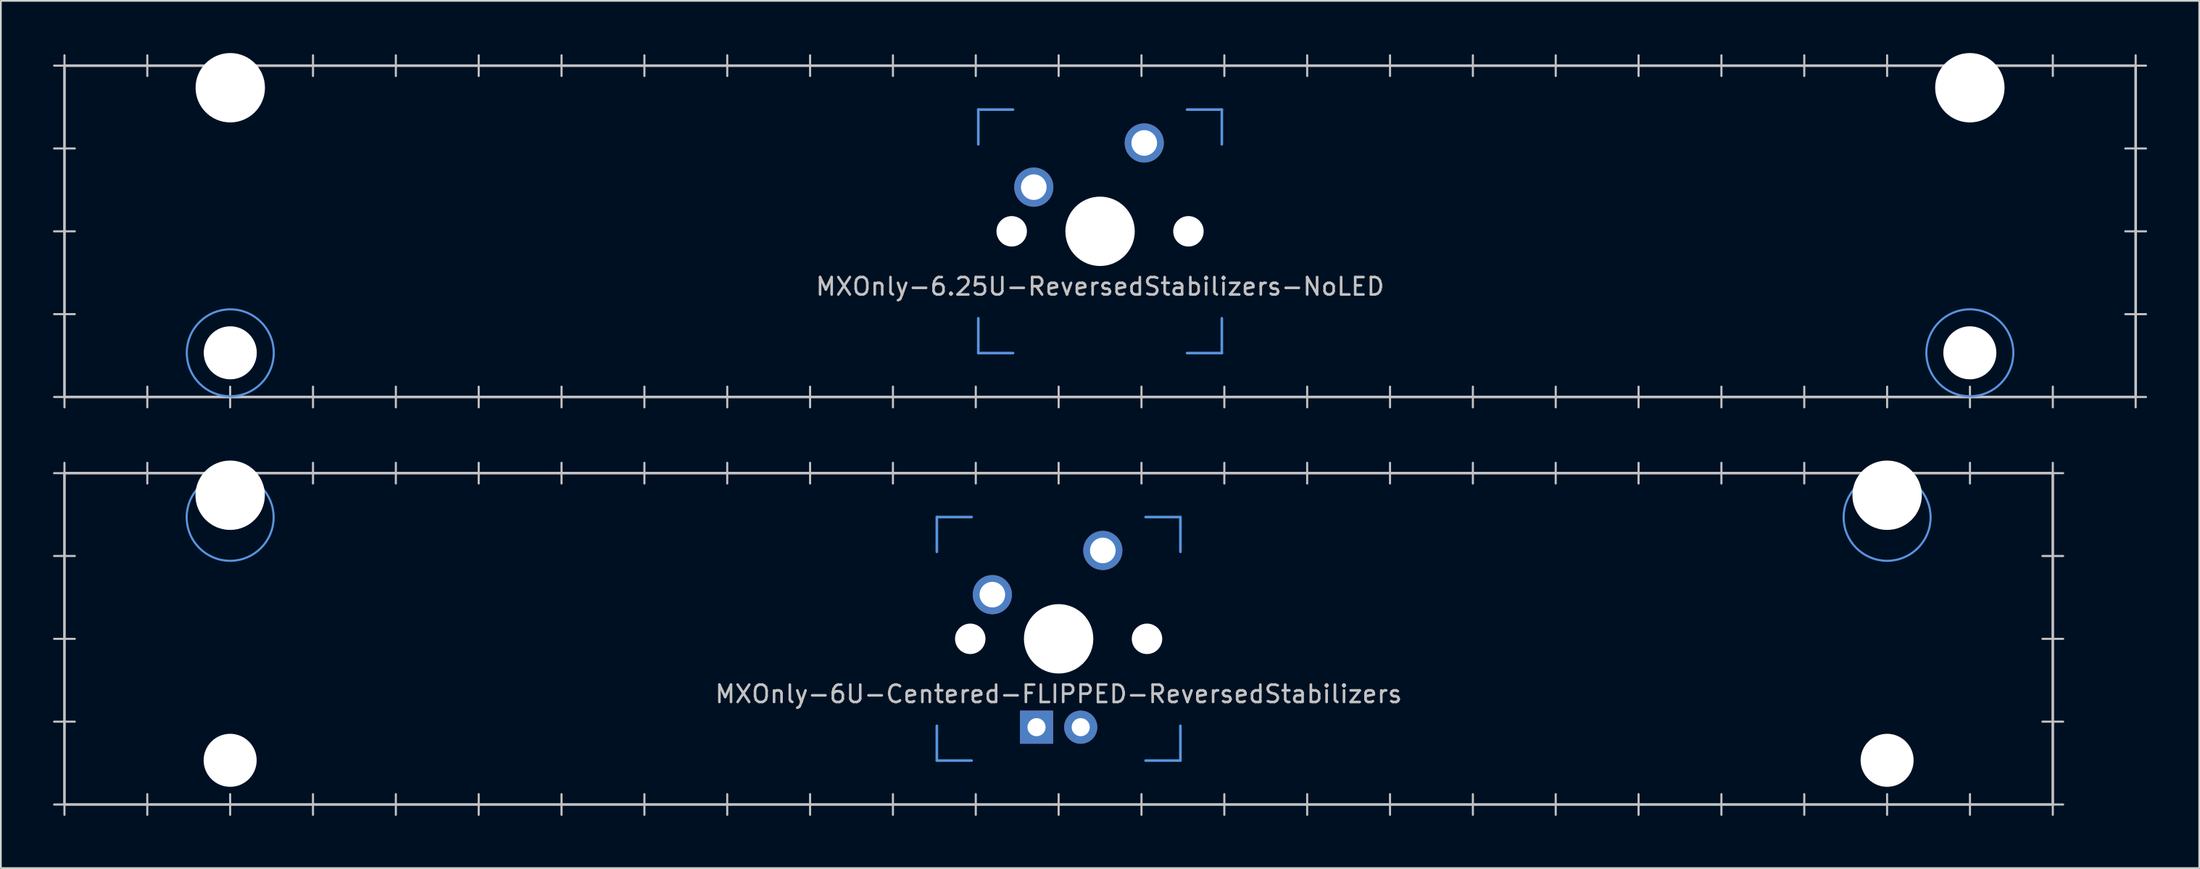
<source format=kicad_pcb>
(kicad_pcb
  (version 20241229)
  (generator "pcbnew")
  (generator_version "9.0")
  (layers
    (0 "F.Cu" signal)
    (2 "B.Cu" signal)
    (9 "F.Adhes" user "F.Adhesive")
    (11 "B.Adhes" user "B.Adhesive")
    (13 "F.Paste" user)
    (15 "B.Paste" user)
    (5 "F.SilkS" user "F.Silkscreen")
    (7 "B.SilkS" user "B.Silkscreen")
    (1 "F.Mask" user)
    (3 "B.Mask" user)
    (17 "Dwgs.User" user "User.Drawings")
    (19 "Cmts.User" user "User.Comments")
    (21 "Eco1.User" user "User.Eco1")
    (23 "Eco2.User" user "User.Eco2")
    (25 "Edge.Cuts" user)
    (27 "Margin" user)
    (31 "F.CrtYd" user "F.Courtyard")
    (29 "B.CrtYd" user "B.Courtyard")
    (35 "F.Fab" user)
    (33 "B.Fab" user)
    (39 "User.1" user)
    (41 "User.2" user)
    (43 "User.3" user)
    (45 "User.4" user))
  (footprint "MXOnly-6U-Centered-FLIPPED-ReversedStabilizers"
    (layer "F.Cu")
    (at 57.805 33.678)
    (property "Reference" "MXOnly-6U-Centered-FLIPPED-ReversedStabilizers" (at 0 3.175 0) (layer "Dwgs.User") (effects (font (size 1 1) (thickness 0.15))))
    (attr through_hole)
    (fp_line (start -57.745 -9.525) (end -57.15 -9.525) (stroke (width 0.12) (type solid)) (layer "Dwgs.User"))
    (fp_line (start -57.745 0) (end -56.555 0) (stroke (width 0.12) (type solid)) (layer "Dwgs.User"))
    (fp_line (start -57.745 4.763) (end -56.555 4.763) (stroke (width 0.12) (type solid)) (layer "Dwgs.User"))
    (fp_line (start -57.745 9.525) (end -57.15 9.525) (stroke (width 0.12) (type solid)) (layer "Dwgs.User"))
    (fp_line (start -57.15 10.12) (end -57.15 9.525) (stroke (width 0.12) (type solid)) (layer "Dwgs.User"))
    (fp_line (start -57.15 -10.12) (end -57.15 -9.525) (stroke (width 0.12) (type solid)) (layer "Dwgs.User"))
    (fp_line (start -57.15 -9.525) (end 57.15 -9.525) (stroke (width 0.15) (type solid)) (layer "Dwgs.User"))
    (fp_line (start -57.15 9.525) (end -57.15 -9.525) (stroke (width 0.15) (type solid)) (layer "Dwgs.User"))
    (fp_line (start -57.15 9.525) (end 57.15 9.525) (stroke (width 0.15) (type solid)) (layer "Dwgs.User"))
    (fp_line (start -56.555 -4.763) (end -57.745 -4.763) (stroke (width 0.12) (type solid)) (layer "Dwgs.User"))
    (fp_line (start -52.388 8.93) (end -52.388 10.12) (stroke (width 0.12) (type solid)) (layer "Dwgs.User"))
    (fp_line (start -52.387 -10.12) (end -52.387 -8.93) (stroke (width 0.12) (type solid)) (layer "Dwgs.User"))
    (fp_line (start -47.625 8.93) (end -47.625 10.12) (stroke (width 0.12) (type solid)) (layer "Dwgs.User"))
    (fp_line (start -47.625 -10.12) (end -47.625 -8.93) (stroke (width 0.12) (type solid)) (layer "Dwgs.User"))
    (fp_line (start -42.863 10.12) (end -42.863 8.93) (stroke (width 0.12) (type solid)) (layer "Dwgs.User"))
    (fp_line (start -42.862 -8.93) (end -42.862 -10.12) (stroke (width 0.12) (type solid)) (layer "Dwgs.User"))
    (fp_line (start -38.1 8.93) (end -38.1 10.12) (stroke (width 0.12) (type solid)) (layer "Dwgs.User"))
    (fp_line (start -38.1 -10.12) (end -38.1 -8.93) (stroke (width 0.12) (type solid)) (layer "Dwgs.User"))
    (fp_line (start -33.337 10.12) (end -33.337 8.93) (stroke (width 0.12) (type solid)) (layer "Dwgs.User"))
    (fp_line (start -33.337 -8.93) (end -33.337 -10.12) (stroke (width 0.12) (type solid)) (layer "Dwgs.User"))
    (fp_line (start -28.575 8.93) (end -28.575 10.12) (stroke (width 0.12) (type solid)) (layer "Dwgs.User"))
    (fp_line (start -28.575 -10.12) (end -28.575 -8.93) (stroke (width 0.12) (type solid)) (layer "Dwgs.User"))
    (fp_line (start -23.812 10.12) (end -23.812 8.93) (stroke (width 0.12) (type solid)) (layer "Dwgs.User"))
    (fp_line (start -23.812 -8.93) (end -23.812 -10.12) (stroke (width 0.12) (type solid)) (layer "Dwgs.User"))
    (fp_line (start -19.05 8.93) (end -19.05 10.12) (stroke (width 0.12) (type solid)) (layer "Dwgs.User"))
    (fp_line (start -19.05 -10.12) (end -19.05 -8.93) (stroke (width 0.12) (type solid)) (layer "Dwgs.User"))
    (fp_line (start -14.287 10.12) (end -14.287 8.93) (stroke (width 0.12) (type solid)) (layer "Dwgs.User"))
    (fp_line (start -14.287 -8.93) (end -14.287 -10.12) (stroke (width 0.12) (type solid)) (layer "Dwgs.User"))
    (fp_line (start -9.525 8.93) (end -9.525 10.12) (stroke (width 0.12) (type solid)) (layer "Dwgs.User"))
    (fp_line (start -9.525 -10.12) (end -9.525 -8.93) (stroke (width 0.12) (type solid)) (layer "Dwgs.User"))
    (fp_line (start -4.762 10.12) (end -4.762 8.93) (stroke (width 0.12) (type solid)) (layer "Dwgs.User"))
    (fp_line (start -4.762 -8.93) (end -4.762 -10.12) (stroke (width 0.12) (type solid)) (layer "Dwgs.User"))
    (fp_line (start 0.000048 -8.93) (end 0.000048 -10.12) (stroke (width 0.12) (type solid)) (layer "Dwgs.User"))
    (fp_line (start 0.000048 10.12) (end 0.000048 8.93) (stroke (width 0.12) (type solid)) (layer "Dwgs.User"))
    (fp_line (start 4.763 -10.12) (end 4.763 -8.93) (stroke (width 0.12) (type solid)) (layer "Dwgs.User"))
    (fp_line (start 4.763 8.93) (end 4.763 10.12) (stroke (width 0.12) (type solid)) (layer "Dwgs.User"))
    (fp_line (start 9.525 -8.93) (end 9.525 -10.12) (stroke (width 0.12) (type solid)) (layer "Dwgs.User"))
    (fp_line (start 9.525 10.12) (end 9.525 8.93) (stroke (width 0.12) (type solid)) (layer "Dwgs.User"))
    (fp_line (start 14.288 -10.12) (end 14.288 -8.93) (stroke (width 0.12) (type solid)) (layer "Dwgs.User"))
    (fp_line (start 14.288 8.93) (end 14.288 10.12) (stroke (width 0.12) (type solid)) (layer "Dwgs.User"))
    (fp_line (start 19.05 -8.93) (end 19.05 -10.12) (stroke (width 0.12) (type solid)) (layer "Dwgs.User"))
    (fp_line (start 19.05 10.12) (end 19.05 8.93) (stroke (width 0.12) (type solid)) (layer "Dwgs.User"))
    (fp_line (start 23.813 -10.12) (end 23.813 -8.93) (stroke (width 0.12) (type solid)) (layer "Dwgs.User"))
    (fp_line (start 23.813 8.93) (end 23.813 10.12) (stroke (width 0.12) (type solid)) (layer "Dwgs.User"))
    (fp_line (start 28.575 -8.93) (end 28.575 -10.12) (stroke (width 0.12) (type solid)) (layer "Dwgs.User"))
    (fp_line (start 28.575 10.12) (end 28.575 8.93) (stroke (width 0.12) (type solid)) (layer "Dwgs.User"))
    (fp_line (start 33.338 -10.12) (end 33.338 -8.93) (stroke (width 0.12) (type solid)) (layer "Dwgs.User"))
    (fp_line (start 33.338 8.93) (end 33.338 10.12) (stroke (width 0.12) (type solid)) (layer "Dwgs.User"))
    (fp_line (start 38.1 -8.93) (end 38.1 -10.12) (stroke (width 0.12) (type solid)) (layer "Dwgs.User"))
    (fp_line (start 38.1 10.12) (end 38.1 8.93) (stroke (width 0.12) (type solid)) (layer "Dwgs.User"))
    (fp_line (start 42.863 -10.12) (end 42.863 -8.93) (stroke (width 0.12) (type solid)) (layer "Dwgs.User"))
    (fp_line (start 42.863 8.93) (end 42.863 10.12) (stroke (width 0.12) (type solid)) (layer "Dwgs.User"))
    (fp_line (start 47.625 -8.93) (end 47.625 -10.12) (stroke (width 0.12) (type solid)) (layer "Dwgs.User"))
    (fp_line (start 47.625 10.12) (end 47.625 8.93) (stroke (width 0.12) (type solid)) (layer "Dwgs.User"))
    (fp_line (start 52.388 -10.12) (end 52.388 -8.93) (stroke (width 0.12) (type solid)) (layer "Dwgs.User"))
    (fp_line (start 52.388 8.93) (end 52.388 10.12) (stroke (width 0.12) (type solid)) (layer "Dwgs.User"))
    (fp_line (start 56.555 4.763) (end 57.745 4.763) (stroke (width 0.12) (type solid)) (layer "Dwgs.User"))
    (fp_line (start 57.15 -9.525) (end 57.15 9.525) (stroke (width 0.15) (type solid)) (layer "Dwgs.User"))
    (fp_line (start 57.15 10.12) (end 57.15 9.525) (stroke (width 0.12) (type solid)) (layer "Dwgs.User"))
    (fp_line (start 57.15 -10.12) (end 57.15 -9.525) (stroke (width 0.12) (type solid)) (layer "Dwgs.User"))
    (fp_line (start 57.745 -9.525) (end 57.15 -9.525) (stroke (width 0.12) (type solid)) (layer "Dwgs.User"))
    (fp_line (start 57.745 -4.762) (end 56.555 -4.762) (stroke (width 0.12) (type solid)) (layer "Dwgs.User"))
    (fp_line (start 57.745 0.000008) (end 56.555 0.000008) (stroke (width 0.12) (type solid)) (layer "Dwgs.User"))
    (fp_line (start 57.745 9.525) (end 57.15 9.525) (stroke (width 0.12) (type solid)) (layer "Dwgs.User"))
    (fp_line (start -7 -7) (end -7 -5) (stroke (width 0.15) (type solid)) (layer "Cmts.User"))
    (fp_line (start -7 7) (end -7 5) (stroke (width 0.15) (type solid)) (layer "Cmts.User"))
    (fp_line (start -5 -7) (end -7 -7) (stroke (width 0.15) (type solid)) (layer "Cmts.User"))
    (fp_line (start -5 7) (end -7 7) (stroke (width 0.15) (type solid)) (layer "Cmts.User"))
    (fp_line (start 5 -7) (end 7 -7) (stroke (width 0.15) (type solid)) (layer "Cmts.User"))
    (fp_line (start 7 -7) (end 7 -5) (stroke (width 0.15) (type solid)) (layer "Cmts.User"))
    (fp_line (start 7 5) (end 7 7) (stroke (width 0.15) (type solid)) (layer "Cmts.User"))
    (fp_line (start 7 7) (end 5 7) (stroke (width 0.15) (type solid)) (layer "Cmts.User"))
    (fp_circle (center -47.625 -6.985) (end -45.125 -6.985) (stroke (width 0.12) (type solid)) (fill no) (layer "Cmts.User"))
    (fp_circle (center 47.625 -6.985) (end 50.125 -6.985) (stroke (width 0.12) (type solid)) (fill no) (layer "Cmts.User"))
    (pad "" np_thru_hole circle (at -47.625 -8.255) (size 3.988 3.988) (drill 3.988) (layers "*.Cu" "*.Mask"))
    (pad "" np_thru_hole circle (at -47.625 6.985) (size 3.048 3.048) (drill 3.048) (layers "*.Cu" "*.Mask"))
    (pad "" np_thru_hole circle (at -5.08 0 48.1) (size 1.75 1.75) (drill 1.75) (layers "*.Cu" "*.Mask"))
    (pad "" np_thru_hole circle (at 0 0) (size 3.988 3.988) (drill 3.988) (layers "*.Cu" "*.Mask"))
    (pad "" np_thru_hole circle (at 5.08 0 48.1) (size 1.75 1.75) (drill 1.75) (layers "*.Cu" "*.Mask"))
    (pad "" np_thru_hole circle (at 47.625 -8.255) (size 3.988 3.988) (drill 3.988) (layers "*.Cu" "*.Mask"))
    (pad "" np_thru_hole circle (at 47.625 6.985) (size 3.048 3.048) (drill 3.048) (layers "*.Cu" "*.Mask"))
    (pad "1" thru_hole circle (at -3.81 -2.54) (size 2.25 2.25) (drill 1.47) (layers "*.Cu" "B.Mask"))
    (pad "2" thru_hole circle (at 2.54 -5.08) (size 2.25 2.25) (drill 1.47) (layers "*.Cu" "B.Mask"))
    (pad "3" thru_hole circle (at 1.27 5.08) (size 1.905 1.905) (drill 1.04) (layers "*.Cu" "B.Mask"))
    (pad "4" thru_hole rect (at -1.27 5.08) (size 1.905 1.905) (drill 1.04) (layers "*.Cu" "B.Mask")))
  (footprint "MXOnly-6.25U-ReversedStabilizers-NoLED"
    (layer "F.Cu")
    (at 60.187 10.249)
    (property "Reference" "MXOnly-6.25U-ReversedStabilizers-NoLED" (at 0 3.175 0) (layer "Dwgs.User") (effects (font (size 1 1) (thickness 0.15))))
    (attr through_hole)
    (fp_line (start -60.127 -9.525) (end -59.531 -9.525) (stroke (width 0.12) (type solid)) (layer "Dwgs.User"))
    (fp_line (start -60.127 -0.000008) (end -58.936 -0.000008) (stroke (width 0.12) (type solid)) (layer "Dwgs.User"))
    (fp_line (start -60.127 4.762) (end -58.936 4.762) (stroke (width 0.12) (type solid)) (layer "Dwgs.User"))
    (fp_line (start -60.127 9.525) (end -59.531 9.525) (stroke (width 0.12) (type solid)) (layer "Dwgs.User"))
    (fp_line (start -59.531 10.12) (end -59.531 9.525) (stroke (width 0.12) (type solid)) (layer "Dwgs.User"))
    (fp_line (start -59.531 -10.12) (end -59.531 -9.525) (stroke (width 0.12) (type solid)) (layer "Dwgs.User"))
    (fp_line (start -59.531 -9.525) (end 59.531 -9.525) (stroke (width 0.15) (type solid)) (layer "Dwgs.User"))
    (fp_line (start -59.531 9.525) (end -59.531 -9.525) (stroke (width 0.15) (type solid)) (layer "Dwgs.User"))
    (fp_line (start -59.531 9.525) (end 59.531 9.525) (stroke (width 0.15) (type solid)) (layer "Dwgs.User"))
    (fp_line (start -58.936 -4.763) (end -60.127 -4.763) (stroke (width 0.12) (type solid)) (layer "Dwgs.User"))
    (fp_line (start -54.769 8.93) (end -54.769 10.12) (stroke (width 0.12) (type solid)) (layer "Dwgs.User"))
    (fp_line (start -54.769 -10.12) (end -54.769 -8.93) (stroke (width 0.12) (type solid)) (layer "Dwgs.User"))
    (fp_line (start -50.006 8.93) (end -50.006 10.12) (stroke (width 0.12) (type solid)) (layer "Dwgs.User"))
    (fp_line (start -50.006 -10.12) (end -50.006 -8.93) (stroke (width 0.12) (type solid)) (layer "Dwgs.User"))
    (fp_line (start -45.244 10.12) (end -45.244 8.93) (stroke (width 0.12) (type solid)) (layer "Dwgs.User"))
    (fp_line (start -45.244 -8.93) (end -45.244 -10.12) (stroke (width 0.12) (type solid)) (layer "Dwgs.User"))
    (fp_line (start -40.481 8.93) (end -40.481 10.12) (stroke (width 0.12) (type solid)) (layer "Dwgs.User"))
    (fp_line (start -40.481 -10.12) (end -40.481 -8.93) (stroke (width 0.12) (type solid)) (layer "Dwgs.User"))
    (fp_line (start -35.719 10.12) (end -35.719 8.93) (stroke (width 0.12) (type solid)) (layer "Dwgs.User"))
    (fp_line (start -35.719 -8.93) (end -35.719 -10.12) (stroke (width 0.12) (type solid)) (layer "Dwgs.User"))
    (fp_line (start -30.956 8.93) (end -30.956 10.12) (stroke (width 0.12) (type solid)) (layer "Dwgs.User"))
    (fp_line (start -30.956 -10.12) (end -30.956 -8.93) (stroke (width 0.12) (type solid)) (layer "Dwgs.User"))
    (fp_line (start -26.194 10.12) (end -26.194 8.93) (stroke (width 0.12) (type solid)) (layer "Dwgs.User"))
    (fp_line (start -26.194 -8.93) (end -26.194 -10.12) (stroke (width 0.12) (type solid)) (layer "Dwgs.User"))
    (fp_line (start -21.431 8.93) (end -21.431 10.12) (stroke (width 0.12) (type solid)) (layer "Dwgs.User"))
    (fp_line (start -21.431 -10.12) (end -21.431 -8.93) (stroke (width 0.12) (type solid)) (layer "Dwgs.User"))
    (fp_line (start -16.669 10.12) (end -16.669 8.93) (stroke (width 0.12) (type solid)) (layer "Dwgs.User"))
    (fp_line (start -16.669 -8.93) (end -16.669 -10.12) (stroke (width 0.12) (type solid)) (layer "Dwgs.User"))
    (fp_line (start -11.906 8.93) (end -11.906 10.12) (stroke (width 0.12) (type solid)) (layer "Dwgs.User"))
    (fp_line (start -11.906 -10.12) (end -11.906 -8.93) (stroke (width 0.12) (type solid)) (layer "Dwgs.User"))
    (fp_line (start -7.144 10.12) (end -7.144 8.93) (stroke (width 0.12) (type solid)) (layer "Dwgs.User"))
    (fp_line (start -7.144 -8.93) (end -7.144 -10.12) (stroke (width 0.12) (type solid)) (layer "Dwgs.User"))
    (fp_line (start -2.381 -8.93) (end -2.381 -10.12) (stroke (width 0.12) (type solid)) (layer "Dwgs.User"))
    (fp_line (start -2.381 10.12) (end -2.381 8.93) (stroke (width 0.12) (type solid)) (layer "Dwgs.User"))
    (fp_line (start 2.381 -10.12) (end 2.381 -8.93) (stroke (width 0.12) (type solid)) (layer "Dwgs.User"))
    (fp_line (start 2.381 8.93) (end 2.381 10.12) (stroke (width 0.12) (type solid)) (layer "Dwgs.User"))
    (fp_line (start 7.144 -8.93) (end 7.144 -10.12) (stroke (width 0.12) (type solid)) (layer "Dwgs.User"))
    (fp_line (start 7.144 10.12) (end 7.144 8.93) (stroke (width 0.12) (type solid)) (layer "Dwgs.User"))
    (fp_line (start 11.906 -10.12) (end 11.906 -8.93) (stroke (width 0.12) (type solid)) (layer "Dwgs.User"))
    (fp_line (start 11.906 8.93) (end 11.906 10.12) (stroke (width 0.12) (type solid)) (layer "Dwgs.User"))
    (fp_line (start 16.669 -8.93) (end 16.669 -10.12) (stroke (width 0.12) (type solid)) (layer "Dwgs.User"))
    (fp_line (start 16.669 10.12) (end 16.669 8.93) (stroke (width 0.12) (type solid)) (layer "Dwgs.User"))
    (fp_line (start 21.431 -10.12) (end 21.431 -8.93) (stroke (width 0.12) (type solid)) (layer "Dwgs.User"))
    (fp_line (start 21.431 8.93) (end 21.431 10.12) (stroke (width 0.12) (type solid)) (layer "Dwgs.User"))
    (fp_line (start 26.194 -8.93) (end 26.194 -10.12) (stroke (width 0.12) (type solid)) (layer "Dwgs.User"))
    (fp_line (start 26.194 10.12) (end 26.194 8.93) (stroke (width 0.12) (type solid)) (layer "Dwgs.User"))
    (fp_line (start 30.956 -10.12) (end 30.956 -8.93) (stroke (width 0.12) (type solid)) (layer "Dwgs.User"))
    (fp_line (start 30.956 8.93) (end 30.956 10.12) (stroke (width 0.12) (type solid)) (layer "Dwgs.User"))
    (fp_line (start 35.719 -8.93) (end 35.719 -10.12) (stroke (width 0.12) (type solid)) (layer "Dwgs.User"))
    (fp_line (start 35.719 10.12) (end 35.719 8.93) (stroke (width 0.12) (type solid)) (layer "Dwgs.User"))
    (fp_line (start 40.481 -10.12) (end 40.481 -8.93) (stroke (width 0.12) (type solid)) (layer "Dwgs.User"))
    (fp_line (start 40.481 8.93) (end 40.481 10.12) (stroke (width 0.12) (type solid)) (layer "Dwgs.User"))
    (fp_line (start 45.244 -8.93) (end 45.244 -10.12) (stroke (width 0.12) (type solid)) (layer "Dwgs.User"))
    (fp_line (start 45.244 10.12) (end 45.244 8.93) (stroke (width 0.12) (type solid)) (layer "Dwgs.User"))
    (fp_line (start 50.006 -10.12) (end 50.006 -8.93) (stroke (width 0.12) (type solid)) (layer "Dwgs.User"))
    (fp_line (start 50.006 8.93) (end 50.006 10.12) (stroke (width 0.12) (type solid)) (layer "Dwgs.User"))
    (fp_line (start 54.769 -8.93) (end 54.769 -10.12) (stroke (width 0.12) (type solid)) (layer "Dwgs.User"))
    (fp_line (start 54.769 10.12) (end 54.769 8.93) (stroke (width 0.12) (type solid)) (layer "Dwgs.User"))
    (fp_line (start 58.936 4.763) (end 60.127 4.763) (stroke (width 0.12) (type solid)) (layer "Dwgs.User"))
    (fp_line (start 59.531 -9.525) (end 59.531 9.525) (stroke (width 0.15) (type solid)) (layer "Dwgs.User"))
    (fp_line (start 59.531 10.12) (end 59.531 9.525) (stroke (width 0.12) (type solid)) (layer "Dwgs.User"))
    (fp_line (start 59.531 -10.12) (end 59.531 -9.525) (stroke (width 0.12) (type solid)) (layer "Dwgs.User"))
    (fp_line (start 60.127 -9.525) (end 59.531 -9.525) (stroke (width 0.12) (type solid)) (layer "Dwgs.User"))
    (fp_line (start 60.127 -4.763) (end 58.936 -4.763) (stroke (width 0.12) (type solid)) (layer "Dwgs.User"))
    (fp_line (start 60.127 0) (end 58.936 0) (stroke (width 0.12) (type solid)) (layer "Dwgs.User"))
    (fp_line (start 60.127 9.525) (end 59.531 9.525) (stroke (width 0.12) (type solid)) (layer "Dwgs.User"))
    (fp_line (start -7 -7) (end -7 -5) (stroke (width 0.15) (type solid)) (layer "Cmts.User"))
    (fp_line (start -7 7) (end -7 5) (stroke (width 0.15) (type solid)) (layer "Cmts.User"))
    (fp_line (start -5 -7) (end -7 -7) (stroke (width 0.15) (type solid)) (layer "Cmts.User"))
    (fp_line (start -5 7) (end -7 7) (stroke (width 0.15) (type solid)) (layer "Cmts.User"))
    (fp_line (start 5 -7) (end 7 -7) (stroke (width 0.15) (type solid)) (layer "Cmts.User"))
    (fp_line (start 7 -7) (end 7 -5) (stroke (width 0.15) (type solid)) (layer "Cmts.User"))
    (fp_line (start 7 5) (end 7 7) (stroke (width 0.15) (type solid)) (layer "Cmts.User"))
    (fp_line (start 7 7) (end 5 7) (stroke (width 0.15) (type solid)) (layer "Cmts.User"))
    (fp_circle (center -50 6.985) (end -52.5 6.985) (stroke (width 0.12) (type solid)) (fill no) (layer "Cmts.User"))
    (fp_circle (center 50 6.985) (end 47.5 6.985) (stroke (width 0.12) (type solid)) (fill no) (layer "Cmts.User"))
    (pad "" np_thru_hole circle (at -50 -8.255) (size 3.988 3.988) (drill 3.988) (layers "*.Cu" "*.Mask"))
    (pad "" np_thru_hole circle (at -50 6.985) (size 3.048 3.048) (drill 3.048) (layers "*.Cu" "*.Mask"))
    (pad "" np_thru_hole circle (at -5.08 0 48.1) (size 1.75 1.75) (drill 1.75) (layers "*.Cu" "*.Mask"))
    (pad "" np_thru_hole circle (at 0 0) (size 3.988 3.988) (drill 3.988) (layers "*.Cu" "*.Mask"))
    (pad "" np_thru_hole circle (at 5.08 0 48.1) (size 1.75 1.75) (drill 1.75) (layers "*.Cu" "*.Mask"))
    (pad "" np_thru_hole circle (at 50 -8.255) (size 3.988 3.988) (drill 3.988) (layers "*.Cu" "*.Mask"))
    (pad "" np_thru_hole circle (at 50 6.985) (size 3.048 3.048) (drill 3.048) (layers "*.Cu" "*.Mask"))
    (pad "1" thru_hole circle (at -3.81 -2.54) (size 2.25 2.25) (drill 1.47) (layers "*.Cu" "B.Mask"))
    (pad "2" thru_hole circle (at 2.54 -5.08) (size 2.25 2.25) (drill 1.47) (layers "*.Cu" "B.Mask")))
  (gr_rect
    (start -3 -3)
    (end 123.373 46.858)
    (stroke (width 0.1) (type default))
    (fill no)
    (layer "Edge.Cuts")))
</source>
